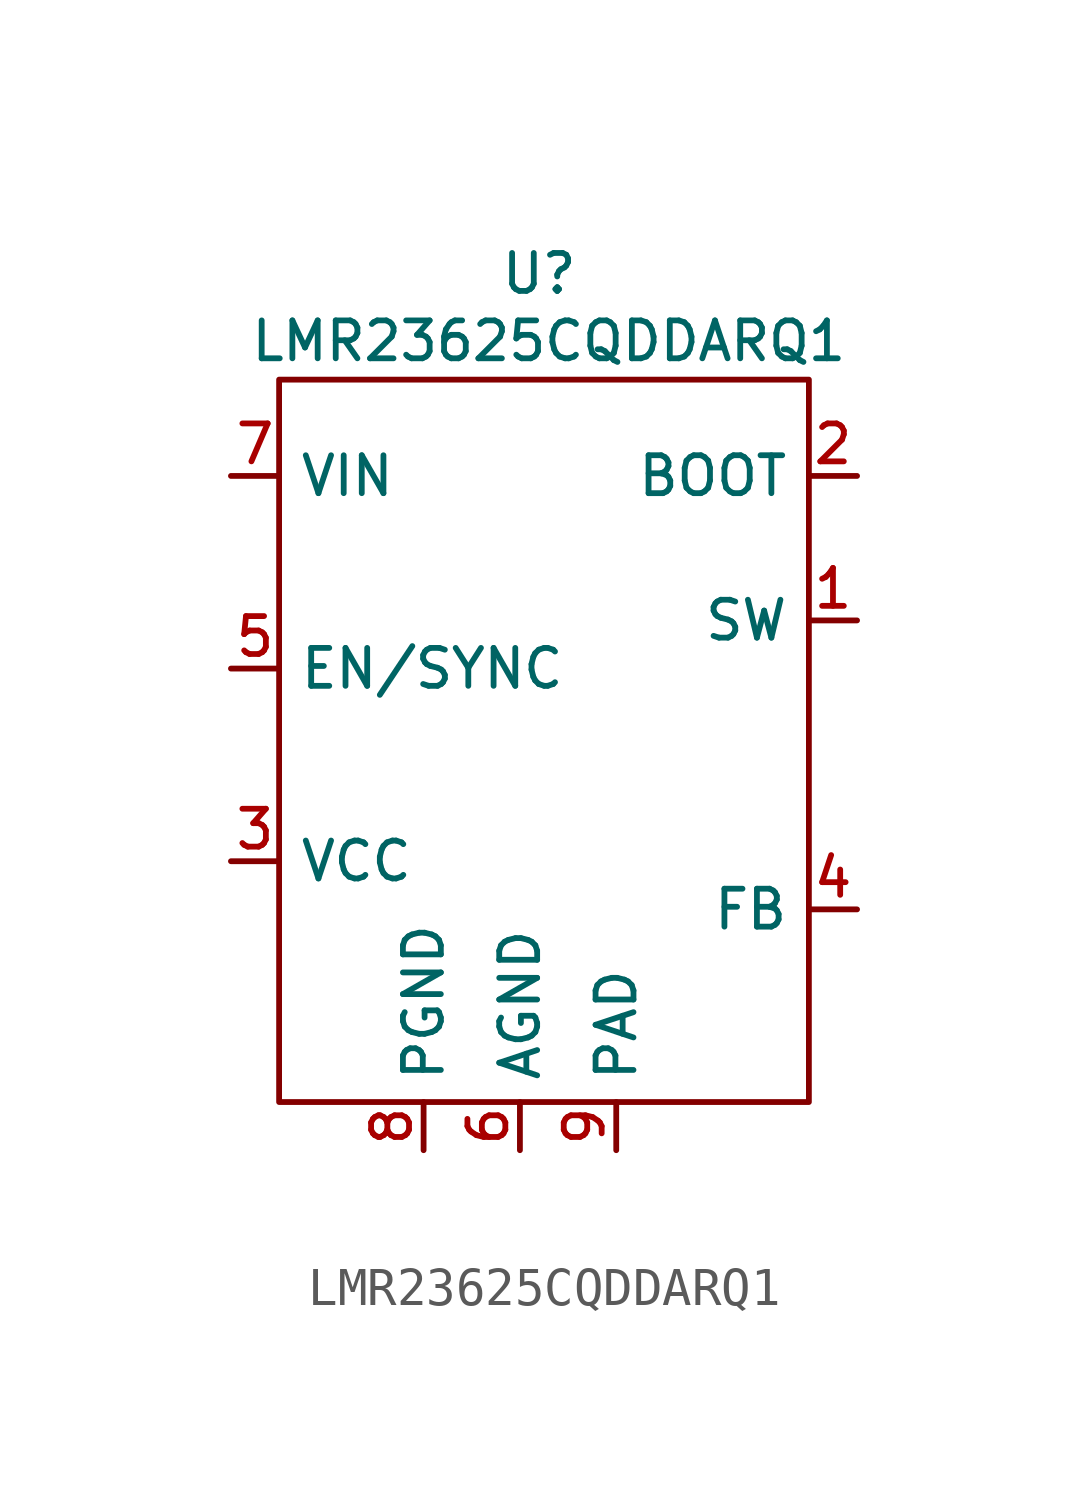
<source format=kicad_sym>
(kicad_symbol_lib
  (version 20231120)
  (generator "kicad_symbol_editor")
  (generator_version "8.0")
  (symbol "LMR23625CQDDARQ1"
    (property "Reference" "U"
      (at -0.762 12.954 0)
      (effects (font (size 1 1))))
    (property "Value" "LMR23625CQDDARQ1"
      (at -0.508 11.176 0)
      (effects (font (size 1 1))))
    (symbol "LMR23625CQDDARQ1_0_1"
      (rectangle (start -7.62 10.16) (end 6.35 -8.89) (stroke (width 0) (type default)) (fill (type none))))
    (symbol "LMR23625CQDDARQ1_1_1"
      (pin output line (at 7.62 3.81 180) (length 1.27) (name "SW" (effects (font (size 1 1)))) (number "1" (effects (font (size 1 1)))))
      (pin output line (at 7.62 7.62 180) (length 1.27) (name "BOOT" (effects (font (size 1 1)))) (number "2" (effects (font (size 1 1)))))
      (pin power_out line (at -8.89 -2.54 0) (length 1.27) (name "VCC" (effects (font (size 1 1)))) (number "3" (effects (font (size 1 1)))))
      (pin input line (at 7.62 -3.81 180) (length 1.27) (name "FB" (effects (font (size 1 1)))) (number "4" (effects (font (size 1 1)))))
      (pin input line (at -8.89 2.54 0) (length 1.27) (name "EN/SYNC" (effects (font (size 1 1)))) (number "5" (effects (font (size 1 1)))))
      (pin power_in line (at -1.27 -10.16 90) (length 1.27) (name "AGND" (effects (font (size 1 1)))) (number "6" (effects (font (size 1 1)))))
      (pin power_in line (at -8.89 7.62 0) (length 1.27) (name "VIN" (effects (font (size 1 1)))) (number "7" (effects (font (size 1 1)))))
      (pin power_in line (at -3.81 -10.16 90) (length 1.27) (name "PGND" (effects (font (size 1 1)))) (number "8" (effects (font (size 1 1)))))
      (pin power_in line (at 1.27 -10.16 90) (length 1.27) (name "PAD" (effects (font (size 1 1)))) (number "9" (effects (font (size 1 1))))))))
</source>
